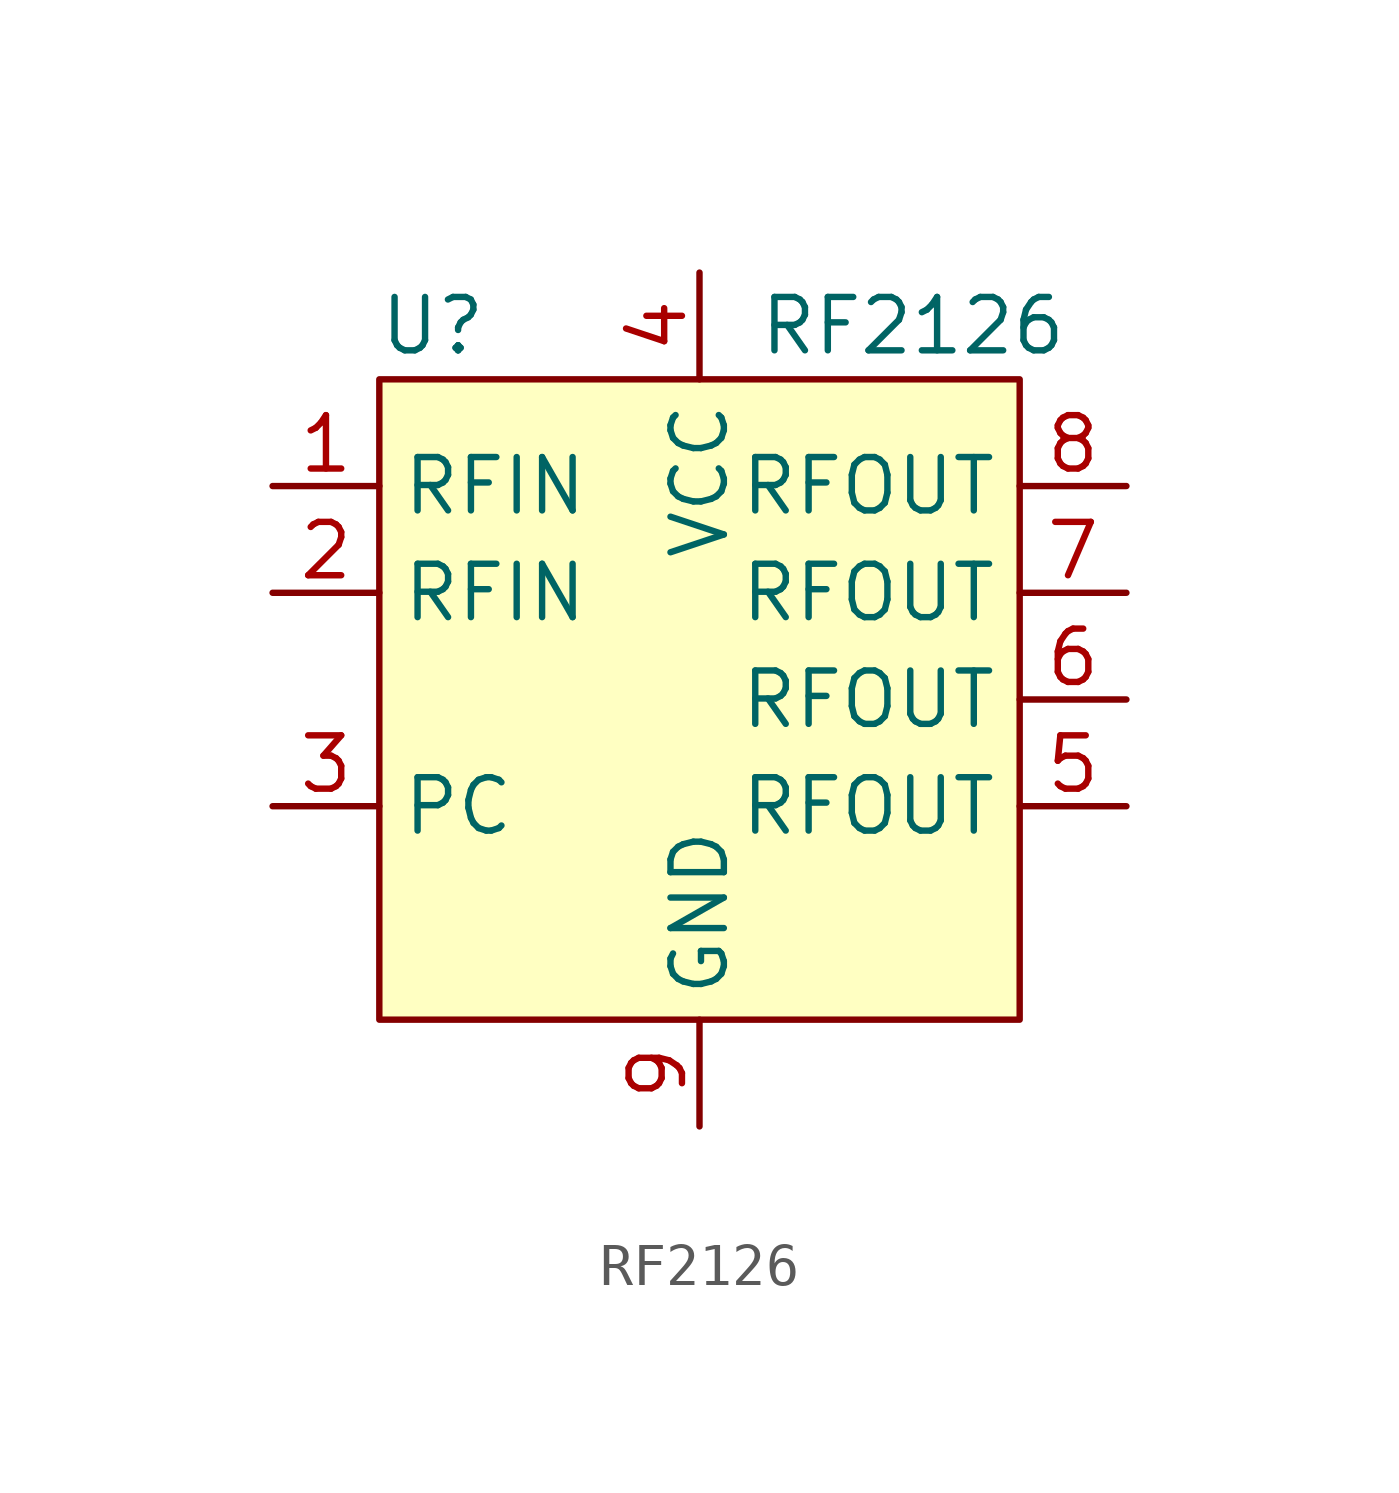
<source format=kicad_sym>
(kicad_symbol_lib
  (version 20241209)
  (generator "kicad_symbol_editor")
  (generator_version "9.0")
  (symbol "RF2126"
    (property "Reference" "U"
      (at -6.35 8.89 0)
      (effects (font (size 1.27 1.27))))
    (property "Value" "RF2126"
      (at 5.08 8.89 0)
      (effects (font (size 1.27 1.27))))
    (symbol "RF2126_1_1"
      (rectangle (start -7.62 7.62) (end 7.62 -7.62) (stroke (width 0) (type solid)) (fill (type background)))
      (pin input line (at -10.16 5.08 0) (length 2.54) (name "RFIN" (effects (font (size 1.27 1.27)))) (number "1" (effects (font (size 1.27 1.27)))))
      (pin input line (at -10.16 2.54 0) (length 2.54) (name "RFIN" (effects (font (size 1.27 1.27)))) (number "2" (effects (font (size 1.27 1.27)))))
      (pin input line (at -10.16 -2.54 0) (length 2.54) (name "PC" (effects (font (size 1.27 1.27)))) (number "3" (effects (font (size 1.27 1.27)))))
      (pin input line (at 0 10.16 270) (length 2.54) (name "VCC" (effects (font (size 1.27 1.27)))) (number "4" (effects (font (size 1.27 1.27)))))
      (pin input line (at 0 -10.16 90) (length 2.54) (name "GND" (effects (font (size 1.27 1.27)))) (number "9" (effects (font (size 1.27 1.27)))))
      (pin output line (at 10.16 5.08 180) (length 2.54) (name "RFOUT" (effects (font (size 1.27 1.27)))) (number "8" (effects (font (size 1.27 1.27)))))
      (pin output line (at 10.16 2.54 180) (length 2.54) (name "RFOUT" (effects (font (size 1.27 1.27)))) (number "7" (effects (font (size 1.27 1.27)))))
      (pin output line (at 10.16 0 180) (length 2.54) (name "RFOUT" (effects (font (size 1.27 1.27)))) (number "6" (effects (font (size 1.27 1.27)))))
      (pin output line (at 10.16 -2.54 180) (length 2.54) (name "RFOUT" (effects (font (size 1.27 1.27)))) (number "5" (effects (font (size 1.27 1.27))))))))
</source>
